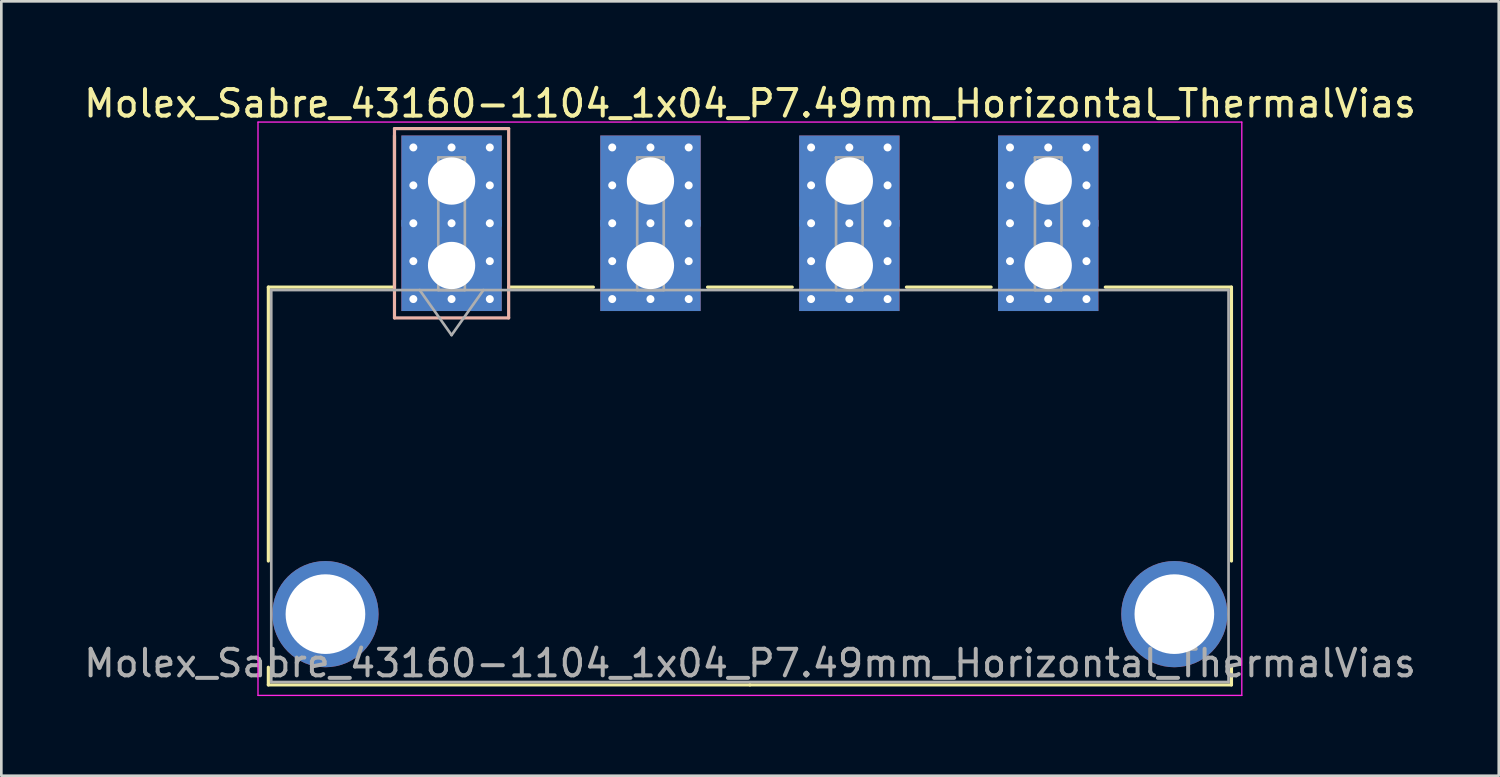
<source format=kicad_pcb>
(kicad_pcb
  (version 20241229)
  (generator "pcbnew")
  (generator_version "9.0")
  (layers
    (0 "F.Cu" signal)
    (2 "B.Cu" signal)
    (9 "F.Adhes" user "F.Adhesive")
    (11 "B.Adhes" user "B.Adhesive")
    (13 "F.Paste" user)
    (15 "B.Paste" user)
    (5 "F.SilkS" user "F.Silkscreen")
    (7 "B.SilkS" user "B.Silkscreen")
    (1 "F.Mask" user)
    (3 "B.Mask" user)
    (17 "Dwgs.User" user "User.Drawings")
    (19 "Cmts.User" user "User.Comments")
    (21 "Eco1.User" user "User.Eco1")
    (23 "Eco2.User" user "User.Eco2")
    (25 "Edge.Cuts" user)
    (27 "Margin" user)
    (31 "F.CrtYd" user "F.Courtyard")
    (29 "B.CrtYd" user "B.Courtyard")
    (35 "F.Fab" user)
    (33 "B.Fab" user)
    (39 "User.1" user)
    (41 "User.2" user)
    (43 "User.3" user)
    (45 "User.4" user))
  (footprint "Molex_Sabre_43160-1104_1x04_P7.49mm_Horizontal_ThermalVias"
    (layer "F.Cu")
    (at 13.956 6.948)
    (property "Reference" "Molex_Sabre_43160-1104_1x04_P7.49mm_Horizontal_ThermalVias" (at 11.24 -6.1 0) (layer "F.SilkS") (effects (font (size 1 1) (thickness 0.15))))
    (attr through_hole)
    (fp_line (start -6.9 0.815) (end -6.9 11.13) (stroke (width 0.12) (type solid)) (layer "F.SilkS"))
    (fp_line (start -6.9 15.13) (end -6.9 15.795) (stroke (width 0.12) (type solid)) (layer "F.SilkS"))
    (fp_line (start -6.9 15.795) (end 11.235 15.795) (stroke (width 0.12) (type solid)) (layer "F.SilkS"))
    (fp_line (start -2.15 0.815) (end -6.9 0.815) (stroke (width 0.12) (type solid)) (layer "F.SilkS"))
    (fp_line (start -2.15 0.815) (end -2.15 -4.895) (stroke (width 0.12) (type solid)) (layer "F.SilkS"))
    (fp_line (start 2.15 0.815) (end 5.34 0.815) (stroke (width 0.12) (type solid)) (layer "F.SilkS"))
    (fp_line (start 9.64 0.815) (end 12.83 0.815) (stroke (width 0.12) (type solid)) (layer "F.SilkS"))
    (fp_line (start 17.13 0.815) (end 20.32 0.815) (stroke (width 0.12) (type solid)) (layer "F.SilkS"))
    (fp_line (start 24.62 0.815) (end 29.37 0.815) (stroke (width 0.12) (type solid)) (layer "F.SilkS"))
    (fp_line (start 29.37 0.815) (end 29.37 11.13) (stroke (width 0.12) (type solid)) (layer "F.SilkS"))
    (fp_line (start 29.37 15.13) (end 29.37 15.795) (stroke (width 0.12) (type solid)) (layer "F.SilkS"))
    (fp_line (start 29.37 15.795) (end 11.235 15.795) (stroke (width 0.12) (type solid)) (layer "F.SilkS"))
    (fp_line (start -2.15 -5.155) (end -2.15 1.975) (stroke (width 0.12) (type solid)) (layer "B.SilkS"))
    (fp_line (start -2.15 1.975) (end 2.15 1.975) (stroke (width 0.12) (type solid)) (layer "B.SilkS"))
    (fp_line (start 2.15 -5.155) (end -2.15 -5.155) (stroke (width 0.12) (type solid)) (layer "B.SilkS"))
    (fp_line (start 2.15 1.975) (end 2.15 -5.155) (stroke (width 0.12) (type solid)) (layer "B.SilkS"))
    (fp_line (start -7.29 -5.4) (end -7.29 16.19) (stroke (width 0.05) (type solid)) (layer "F.CrtYd"))
    (fp_line (start -7.29 16.19) (end 29.76 16.19) (stroke (width 0.05) (type solid)) (layer "F.CrtYd"))
    (fp_line (start 29.76 -5.4) (end -7.29 -5.4) (stroke (width 0.05) (type solid)) (layer "F.CrtYd"))
    (fp_line (start 29.76 16.19) (end 29.76 -5.4) (stroke (width 0.05) (type solid)) (layer "F.CrtYd"))
    (fp_line (start -6.79 0.925) (end -6.79 15.685) (stroke (width 0.1) (type solid)) (layer "F.Fab"))
    (fp_line (start -6.79 15.685) (end 29.26 15.685) (stroke (width 0.1) (type solid)) (layer "F.Fab"))
    (fp_line (start -1.2 0.925) (end 0 2.622) (stroke (width 0.1) (type solid)) (layer "F.Fab"))
    (fp_line (start -0.5 -4.07) (end 0.5 -4.07) (stroke (width 0.1) (type solid)) (layer "F.Fab"))
    (fp_line (start -0.5 0.925) (end -0.5 -4.07) (stroke (width 0.1) (type solid)) (layer "F.Fab"))
    (fp_line (start 0 2.622) (end 1.2 0.925) (stroke (width 0.1) (type solid)) (layer "F.Fab"))
    (fp_line (start 0.5 -4.07) (end 0.5 0.925) (stroke (width 0.1) (type solid)) (layer "F.Fab"))
    (fp_line (start 0.5 0.925) (end -0.5 0.925) (stroke (width 0.1) (type solid)) (layer "F.Fab"))
    (fp_line (start 6.99 -4.07) (end 7.99 -4.07) (stroke (width 0.1) (type solid)) (layer "F.Fab"))
    (fp_line (start 6.99 0.925) (end 6.99 -4.07) (stroke (width 0.1) (type solid)) (layer "F.Fab"))
    (fp_line (start 7.99 -4.07) (end 7.99 0.925) (stroke (width 0.1) (type solid)) (layer "F.Fab"))
    (fp_line (start 7.99 0.925) (end 6.99 0.925) (stroke (width 0.1) (type solid)) (layer "F.Fab"))
    (fp_line (start 14.48 -4.07) (end 15.48 -4.07) (stroke (width 0.1) (type solid)) (layer "F.Fab"))
    (fp_line (start 14.48 0.925) (end 14.48 -4.07) (stroke (width 0.1) (type solid)) (layer "F.Fab"))
    (fp_line (start 15.48 -4.07) (end 15.48 0.925) (stroke (width 0.1) (type solid)) (layer "F.Fab"))
    (fp_line (start 15.48 0.925) (end 14.48 0.925) (stroke (width 0.1) (type solid)) (layer "F.Fab"))
    (fp_line (start 21.97 -4.07) (end 22.97 -4.07) (stroke (width 0.1) (type solid)) (layer "F.Fab"))
    (fp_line (start 21.97 0.925) (end 21.97 -4.07) (stroke (width 0.1) (type solid)) (layer "F.Fab"))
    (fp_line (start 22.97 -4.07) (end 22.97 0.925) (stroke (width 0.1) (type solid)) (layer "F.Fab"))
    (fp_line (start 22.97 0.925) (end 21.97 0.925) (stroke (width 0.1) (type solid)) (layer "F.Fab"))
    (fp_line (start 29.26 0.925) (end -6.79 0.925) (stroke (width 0.1) (type solid)) (layer "F.Fab"))
    (fp_line (start 29.26 15.685) (end 29.26 0.925) (stroke (width 0.1) (type solid)) (layer "F.Fab"))
    (fp_text user "${REFERENCE}" (at 11.24 14.98 0) (layer "F.Fab") (effects (font (size 1 1) (thickness 0.15))))
    (pad "" thru_hole circle (at -4.75 13.13) (size 4 4) (drill 3) (layers "*.Cu" "*.Mask"))
    (pad "" thru_hole circle (at 27.22 13.13) (size 4 4) (drill 3) (layers "*.Cu" "*.Mask"))
    (pad "1" thru_hole rect (at -1.44 -4.445) (size 0.6 0.6) (drill 0.3) (layers "*.Cu" "*.Mask"))
    (pad "1" thru_hole rect (at -1.44 -3.018) (size 0.6 0.6) (drill 0.3) (layers "*.Cu" "*.Mask"))
    (pad "1" thru_hole rect (at -1.44 -1.59) (size 0.6 0.6) (drill 0.3) (layers "*.Cu" "*.Mask"))
    (pad "1" thru_hole rect (at -1.44 -0.163) (size 0.6 0.6) (drill 0.3) (layers "*.Cu" "*.Mask"))
    (pad "1" thru_hole rect (at -1.44 1.265) (size 0.6 0.6) (drill 0.3) (layers "*.Cu" "*.Mask"))
    (pad "1" thru_hole rect (at 0 -4.445) (size 0.6 0.6) (drill 0.3) (layers "*.Cu" "*.Mask"))
    (pad "1" thru_hole rect (at 0 -3.18) (size 3.78 3.43) (drill 1.78) (layers "*.Cu" "*.Mask"))
    (pad "1" thru_hole rect (at 0 -1.59) (size 0.6 0.6) (drill 0.3) (layers "*.Cu" "*.Mask"))
    (pad "1" thru_hole rect (at 0 0) (size 3.78 3.43) (drill 1.78) (layers "*.Cu" "*.Mask"))
    (pad "1" thru_hole rect (at 0 1.265) (size 0.6 0.6) (drill 0.3) (layers "*.Cu" "*.Mask"))
    (pad "1" thru_hole rect (at 1.44 -4.445) (size 0.6 0.6) (drill 0.3) (layers "*.Cu" "*.Mask"))
    (pad "1" thru_hole rect (at 1.44 -3.018) (size 0.6 0.6) (drill 0.3) (layers "*.Cu" "*.Mask"))
    (pad "1" thru_hole rect (at 1.44 -1.59) (size 0.6 0.6) (drill 0.3) (layers "*.Cu" "*.Mask"))
    (pad "1" thru_hole rect (at 1.44 -0.163) (size 0.6 0.6) (drill 0.3) (layers "*.Cu" "*.Mask"))
    (pad "1" thru_hole rect (at 1.44 1.265) (size 0.6 0.6) (drill 0.3) (layers "*.Cu" "*.Mask"))
    (pad "2" thru_hole circle (at 6.05 -4.445) (size 0.6 0.6) (drill 0.3) (layers "*.Cu" "*.Mask"))
    (pad "2" thru_hole circle (at 6.05 -3.018) (size 0.6 0.6) (drill 0.3) (layers "*.Cu" "*.Mask"))
    (pad "2" thru_hole circle (at 6.05 -1.59) (size 0.6 0.6) (drill 0.3) (layers "*.Cu" "*.Mask"))
    (pad "2" thru_hole circle (at 6.05 -0.163) (size 0.6 0.6) (drill 0.3) (layers "*.Cu" "*.Mask"))
    (pad "2" thru_hole circle (at 6.05 1.265) (size 0.6 0.6) (drill 0.3) (layers "*.Cu" "*.Mask"))
    (pad "2" thru_hole circle (at 7.49 -4.445) (size 0.6 0.6) (drill 0.3) (layers "*.Cu" "*.Mask"))
    (pad "2" thru_hole rect (at 7.49 -3.18) (size 3.78 3.43) (drill 1.78) (layers "*.Cu" "*.Mask"))
    (pad "2" thru_hole circle (at 7.49 -1.59) (size 0.6 0.6) (drill 0.3) (layers "*.Cu" "*.Mask"))
    (pad "2" thru_hole rect (at 7.49 0) (size 3.78 3.43) (drill 1.78) (layers "*.Cu" "*.Mask"))
    (pad "2" thru_hole circle (at 7.49 1.265) (size 0.6 0.6) (drill 0.3) (layers "*.Cu" "*.Mask"))
    (pad "2" thru_hole circle (at 8.93 -4.445) (size 0.6 0.6) (drill 0.3) (layers "*.Cu" "*.Mask"))
    (pad "2" thru_hole circle (at 8.93 -3.018) (size 0.6 0.6) (drill 0.3) (layers "*.Cu" "*.Mask"))
    (pad "2" thru_hole circle (at 8.93 -1.59) (size 0.6 0.6) (drill 0.3) (layers "*.Cu" "*.Mask"))
    (pad "2" thru_hole circle (at 8.93 -0.163) (size 0.6 0.6) (drill 0.3) (layers "*.Cu" "*.Mask"))
    (pad "2" thru_hole circle (at 8.93 1.265) (size 0.6 0.6) (drill 0.3) (layers "*.Cu" "*.Mask"))
    (pad "3" thru_hole circle (at 13.54 -4.445) (size 0.6 0.6) (drill 0.3) (layers "*.Cu" "*.Mask"))
    (pad "3" thru_hole circle (at 13.54 -3.018) (size 0.6 0.6) (drill 0.3) (layers "*.Cu" "*.Mask"))
    (pad "3" thru_hole circle (at 13.54 -1.59) (size 0.6 0.6) (drill 0.3) (layers "*.Cu" "*.Mask"))
    (pad "3" thru_hole circle (at 13.54 -0.163) (size 0.6 0.6) (drill 0.3) (layers "*.Cu" "*.Mask"))
    (pad "3" thru_hole circle (at 13.54 1.265) (size 0.6 0.6) (drill 0.3) (layers "*.Cu" "*.Mask"))
    (pad "3" thru_hole circle (at 14.98 -4.445) (size 0.6 0.6) (drill 0.3) (layers "*.Cu" "*.Mask"))
    (pad "3" thru_hole rect (at 14.98 -3.18) (size 3.78 3.43) (drill 1.78) (layers "*.Cu" "*.Mask"))
    (pad "3" thru_hole circle (at 14.98 -1.59) (size 0.6 0.6) (drill 0.3) (layers "*.Cu" "*.Mask"))
    (pad "3" thru_hole rect (at 14.98 0) (size 3.78 3.43) (drill 1.78) (layers "*.Cu" "*.Mask"))
    (pad "3" thru_hole circle (at 14.98 1.265) (size 0.6 0.6) (drill 0.3) (layers "*.Cu" "*.Mask"))
    (pad "3" thru_hole circle (at 16.42 -4.445) (size 0.6 0.6) (drill 0.3) (layers "*.Cu" "*.Mask"))
    (pad "3" thru_hole circle (at 16.42 -3.018) (size 0.6 0.6) (drill 0.3) (layers "*.Cu" "*.Mask"))
    (pad "3" thru_hole circle (at 16.42 -1.59) (size 0.6 0.6) (drill 0.3) (layers "*.Cu" "*.Mask"))
    (pad "3" thru_hole circle (at 16.42 -0.163) (size 0.6 0.6) (drill 0.3) (layers "*.Cu" "*.Mask"))
    (pad "3" thru_hole circle (at 16.42 1.265) (size 0.6 0.6) (drill 0.3) (layers "*.Cu" "*.Mask"))
    (pad "4" thru_hole circle (at 21.03 -4.445) (size 0.6 0.6) (drill 0.3) (layers "*.Cu" "*.Mask"))
    (pad "4" thru_hole circle (at 21.03 -3.018) (size 0.6 0.6) (drill 0.3) (layers "*.Cu" "*.Mask"))
    (pad "4" thru_hole circle (at 21.03 -1.59) (size 0.6 0.6) (drill 0.3) (layers "*.Cu" "*.Mask"))
    (pad "4" thru_hole circle (at 21.03 -0.163) (size 0.6 0.6) (drill 0.3) (layers "*.Cu" "*.Mask"))
    (pad "4" thru_hole circle (at 21.03 1.265) (size 0.6 0.6) (drill 0.3) (layers "*.Cu" "*.Mask"))
    (pad "4" thru_hole circle (at 22.47 -4.445) (size 0.6 0.6) (drill 0.3) (layers "*.Cu" "*.Mask"))
    (pad "4" thru_hole rect (at 22.47 -3.18) (size 3.78 3.43) (drill 1.78) (layers "*.Cu" "*.Mask"))
    (pad "4" thru_hole circle (at 22.47 -1.59) (size 0.6 0.6) (drill 0.3) (layers "*.Cu" "*.Mask"))
    (pad "4" thru_hole rect (at 22.47 0) (size 3.78 3.43) (drill 1.78) (layers "*.Cu" "*.Mask"))
    (pad "4" thru_hole circle (at 22.47 1.265) (size 0.6 0.6) (drill 0.3) (layers "*.Cu" "*.Mask"))
    (pad "4" thru_hole circle (at 23.91 -4.445) (size 0.6 0.6) (drill 0.3) (layers "*.Cu" "*.Mask"))
    (pad "4" thru_hole circle (at 23.91 -3.018) (size 0.6 0.6) (drill 0.3) (layers "*.Cu" "*.Mask"))
    (pad "4" thru_hole circle (at 23.91 -1.59) (size 0.6 0.6) (drill 0.3) (layers "*.Cu" "*.Mask"))
    (pad "4" thru_hole circle (at 23.91 -0.163) (size 0.6 0.6) (drill 0.3) (layers "*.Cu" "*.Mask"))
    (pad "4" thru_hole circle (at 23.91 1.265) (size 0.6 0.6) (drill 0.3) (layers "*.Cu" "*.Mask")))
  (gr_rect
    (start -3 -3)
    (end 53.393 26.163)
    (stroke (width 0.1) (type default))
    (fill no)
    (layer "Edge.Cuts")))
</source>
